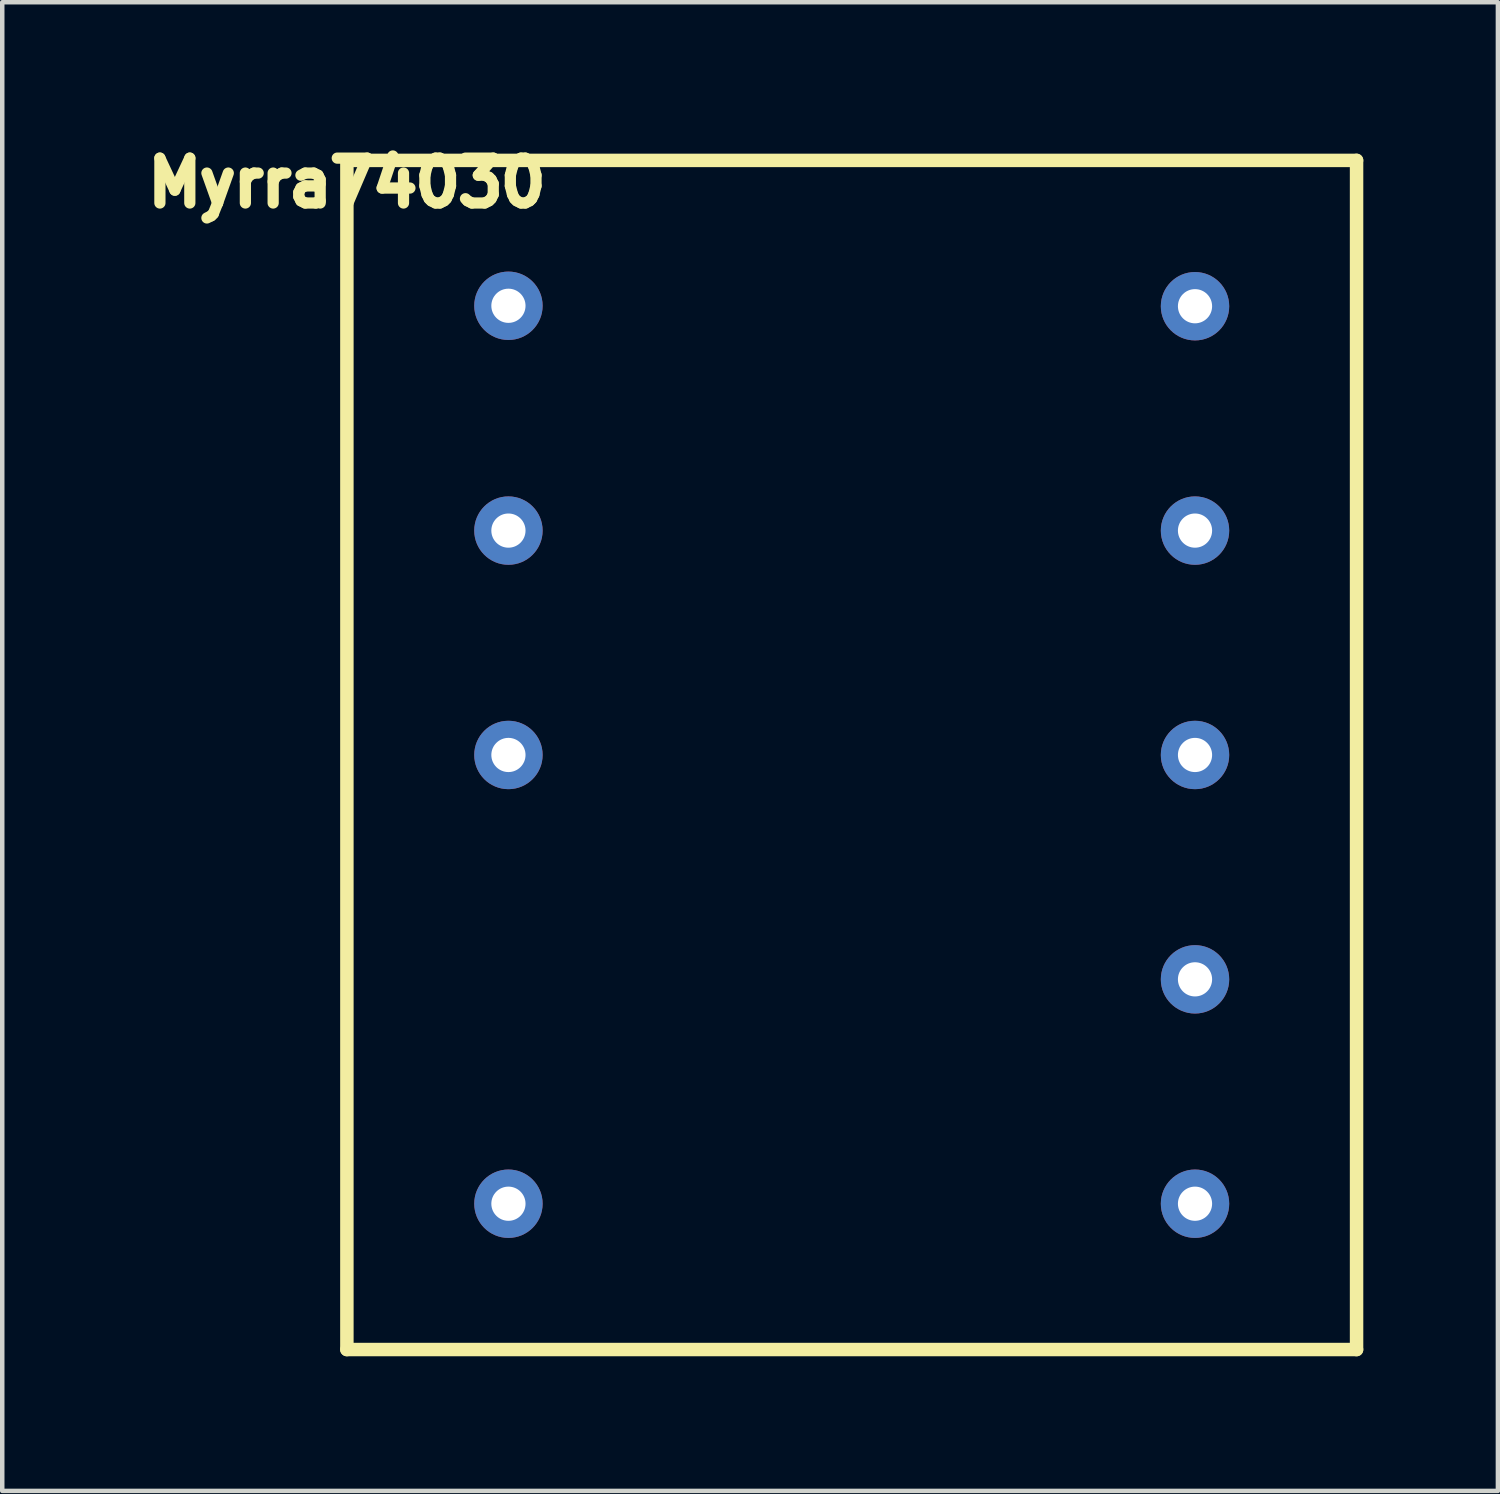
<source format=kicad_pcb>
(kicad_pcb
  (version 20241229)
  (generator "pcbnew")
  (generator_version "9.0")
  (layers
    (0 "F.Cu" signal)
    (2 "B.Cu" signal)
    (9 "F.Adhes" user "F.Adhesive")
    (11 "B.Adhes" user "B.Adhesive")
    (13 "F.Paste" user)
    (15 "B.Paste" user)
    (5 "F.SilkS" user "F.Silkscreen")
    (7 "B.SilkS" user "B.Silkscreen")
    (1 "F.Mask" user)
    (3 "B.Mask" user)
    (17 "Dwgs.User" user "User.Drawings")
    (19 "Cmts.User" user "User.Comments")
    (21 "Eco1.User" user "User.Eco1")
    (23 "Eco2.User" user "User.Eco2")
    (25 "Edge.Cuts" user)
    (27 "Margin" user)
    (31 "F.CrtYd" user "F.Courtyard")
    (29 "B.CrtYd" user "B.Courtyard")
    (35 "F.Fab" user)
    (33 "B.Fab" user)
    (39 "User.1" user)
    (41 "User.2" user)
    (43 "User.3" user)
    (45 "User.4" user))
  (footprint "Myrra74030"
    (layer "F.Cu")
    (at 4.68 0.524)
    (property "Reference" "Myrra74030" (at 0 0.5 0) (layer "F.SilkS") (effects (font (size 1 1) (thickness 0.3))))
    (attr through_hole)
    (fp_line (start 0 0) (end 0 26.5) (stroke (width 0.3) (type solid)) (layer "F.SilkS"))
    (fp_line (start 0 26.5) (end 22.5 26.5) (stroke (width 0.3) (type solid)) (layer "F.SilkS"))
    (fp_line (start 22.5 0) (end 0 0) (stroke (width 0.3) (type solid)) (layer "F.SilkS"))
    (fp_line (start 22.5 26.5) (end 22.5 0) (stroke (width 0.3) (type solid)) (layer "F.SilkS"))
    (pad "1" thru_hole circle (at 3.6 3.24) (size 1.524 1.524) (drill 0.762) (layers "*.Cu" "*.Mask"))
    (pad "2" thru_hole circle (at 3.6 8.25) (size 1.524 1.524) (drill 0.762) (layers "*.Cu" "*.Mask"))
    (pad "3" thru_hole circle (at 3.6 13.25) (size 1.524 1.524) (drill 0.762) (layers "*.Cu" "*.Mask"))
    (pad "5" thru_hole circle (at 3.6 23.25) (size 1.524 1.524) (drill 0.762) (layers "*.Cu" "*.Mask"))
    (pad "6" thru_hole circle (at 18.9 23.25) (size 1.524 1.524) (drill 0.762) (layers "*.Cu" "*.Mask"))
    (pad "7" thru_hole circle (at 18.9 18.25) (size 1.524 1.524) (drill 0.762) (layers "*.Cu" "*.Mask"))
    (pad "8" thru_hole circle (at 18.9 13.25) (size 1.524 1.524) (drill 0.762) (layers "*.Cu" "*.Mask"))
    (pad "9" thru_hole circle (at 18.9 8.25) (size 1.524 1.524) (drill 0.762) (layers "*.Cu" "*.Mask"))
    (pad "10" thru_hole circle (at 18.9 3.25) (size 1.524 1.524) (drill 0.762) (layers "*.Cu" "*.Mask")))
  (gr_rect
    (start -3 -3)
    (end 30.33 30.174)
    (stroke (width 0.1) (type default))
    (fill no)
    (layer "Edge.Cuts")))
</source>
